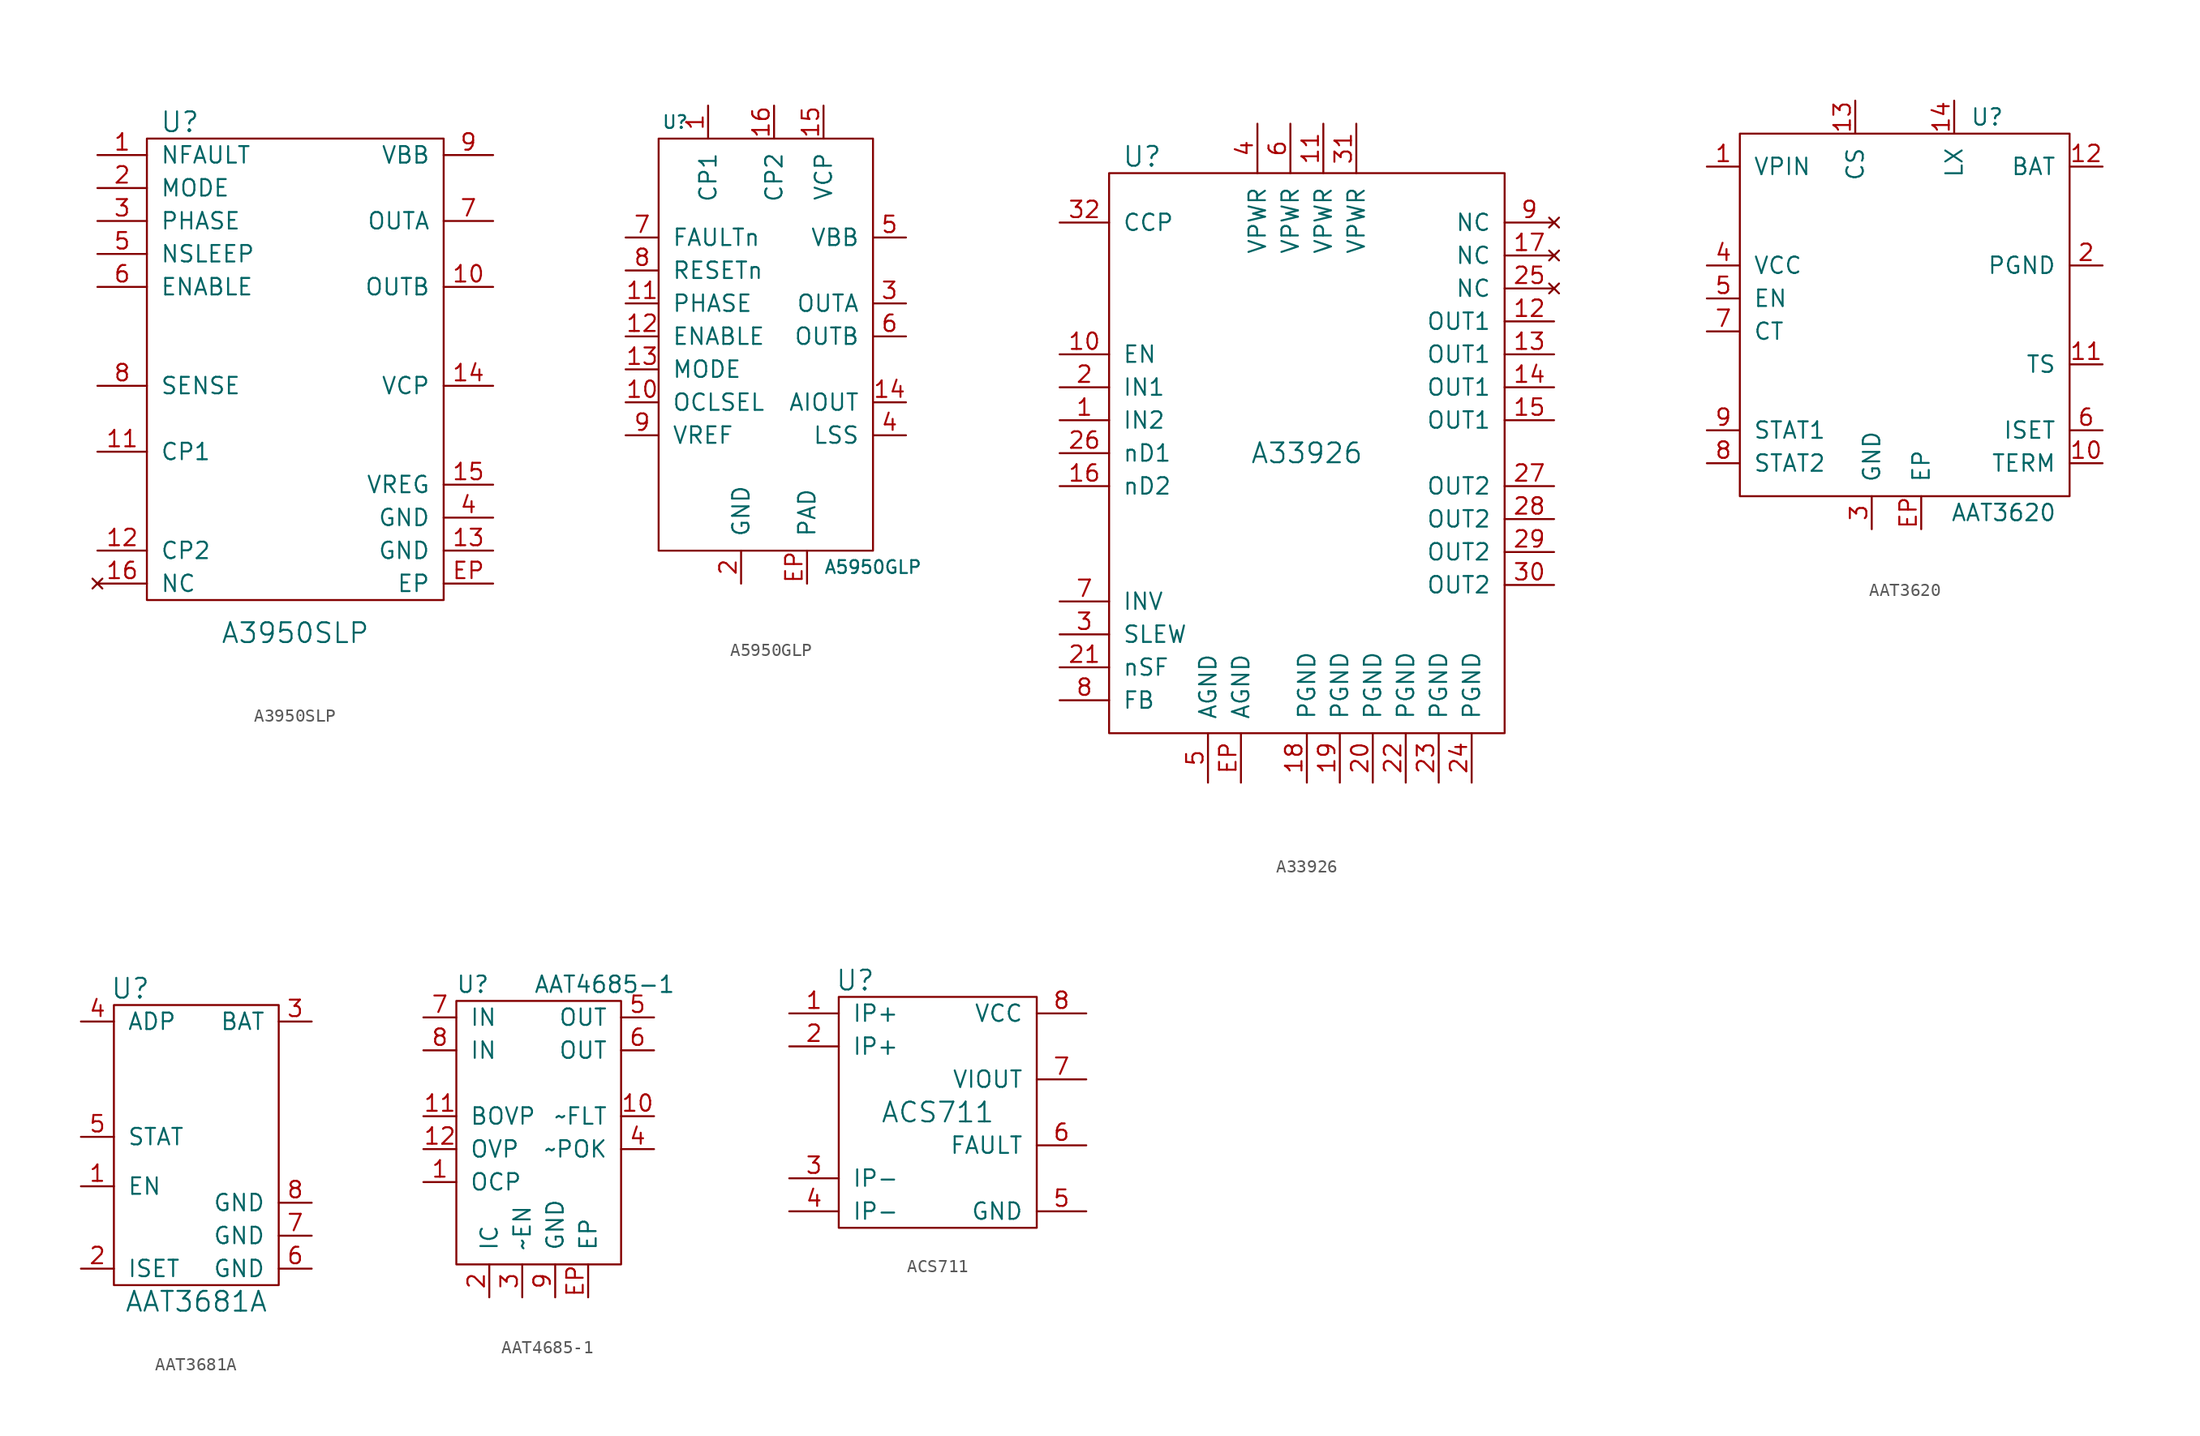
<source format=kicad_sym>
(kicad_symbol_lib
  (version 20210619)
  (generator kicad_symbol_editor)
  (symbol "tinkerforge:A3950SLP"
    (pin_names
      (offset 1.016))
    (property "Reference" "U"
      (at -8.89 19.05 0)
      (effects (font (size 1.524 1.524))))
    (property "Value" "A3950SLP"
      (at 0 -20.32 0)
      (effects (font (size 1.524 1.524))))
    (property "Footprint" ""
      (at 0 0 0)
      (effects (font (size 1.524 1.524))))
    (property "Datasheet" ""
      (at 0 0 0)
      (effects (font (size 1.524 1.524))))
    (symbol "A3950SLP_0_1"
      (rectangle (start -11.43 17.78) (end 11.43 -17.78) (stroke (width 0)) (fill (type none))))
    (symbol "A3950SLP_1_1"
      (pin passive line (at -15.24 16.51 0) (length 3.81) (name "NFAULT" (effects (font (size 1.27 1.27)))) (number "1" (effects (font (size 1.27 1.27)))))
      (pin passive line (at 15.24 6.35 180) (length 3.81) (name "OUTB" (effects (font (size 1.27 1.27)))) (number "10" (effects (font (size 1.27 1.27)))))
      (pin passive line (at -15.24 -6.35 0) (length 3.81) (name "CP1" (effects (font (size 1.27 1.27)))) (number "11" (effects (font (size 1.27 1.27)))))
      (pin passive line (at -15.24 -13.97 0) (length 3.81) (name "CP2" (effects (font (size 1.27 1.27)))) (number "12" (effects (font (size 1.27 1.27)))))
      (pin passive line (at 15.24 -13.97 180) (length 3.81) (name "GND" (effects (font (size 1.27 1.27)))) (number "13" (effects (font (size 1.27 1.27)))))
      (pin passive line (at 15.24 -1.27 180) (length 3.81) (name "VCP" (effects (font (size 1.27 1.27)))) (number "14" (effects (font (size 1.27 1.27)))))
      (pin passive line (at 15.24 -8.89 180) (length 3.81) (name "VREG" (effects (font (size 1.27 1.27)))) (number "15" (effects (font (size 1.27 1.27)))))
      (pin no_connect line (at -15.24 -16.51 0) (length 3.81) (name "NC" (effects (font (size 1.27 1.27)))) (number "16" (effects (font (size 1.27 1.27)))))
      (pin passive line (at -15.24 13.97 0) (length 3.81) (name "MODE" (effects (font (size 1.27 1.27)))) (number "2" (effects (font (size 1.27 1.27)))))
      (pin passive line (at -15.24 11.43 0) (length 3.81) (name "PHASE" (effects (font (size 1.27 1.27)))) (number "3" (effects (font (size 1.27 1.27)))))
      (pin passive line (at 15.24 -11.43 180) (length 3.81) (name "GND" (effects (font (size 1.27 1.27)))) (number "4" (effects (font (size 1.27 1.27)))))
      (pin passive line (at -15.24 8.89 0) (length 3.81) (name "NSLEEP" (effects (font (size 1.27 1.27)))) (number "5" (effects (font (size 1.27 1.27)))))
      (pin passive line (at -15.24 6.35 0) (length 3.81) (name "ENABLE" (effects (font (size 1.27 1.27)))) (number "6" (effects (font (size 1.27 1.27)))))
      (pin passive line (at 15.24 11.43 180) (length 3.81) (name "OUTA" (effects (font (size 1.27 1.27)))) (number "7" (effects (font (size 1.27 1.27)))))
      (pin passive line (at -15.24 -1.27 0) (length 3.81) (name "SENSE" (effects (font (size 1.27 1.27)))) (number "8" (effects (font (size 1.27 1.27)))))
      (pin passive line (at 15.24 16.51 180) (length 3.81) (name "VBB" (effects (font (size 1.27 1.27)))) (number "9" (effects (font (size 1.27 1.27)))))
      (pin passive line (at 15.24 -16.51 180) (length 3.81) (name "EP" (effects (font (size 1.27 1.27)))) (number "EP" (effects (font (size 1.27 1.27)))))))
  (symbol "tinkerforge:A5950GLP"
    (pin_names
      (offset 1.016))
    (property "Reference" "U"
      (at -7.62 20.32 0)
      (effects (font (size 0.991 0.991))))
    (property "Value" "A5950GLP"
      (at 7.62 -13.97 0)
      (effects (font (size 0.991 0.991))))
    (symbol "A5950GLP_0_1"
      (rectangle (start -8.89 19.05) (end 7.62 -12.7) (stroke (width 0)) (fill (type none))))
    (symbol "A5950GLP_1_1"
      (pin passive line (at -5.08 21.59 270) (length 2.54) (name "CP1" (effects (font (size 1.27 1.27)))) (number "1" (effects (font (size 1.27 1.27)))))
      (pin passive line (at -11.43 -1.27 0) (length 2.54) (name "OCLSEL" (effects (font (size 1.27 1.27)))) (number "10" (effects (font (size 1.27 1.27)))))
      (pin passive line (at -11.43 6.35 0) (length 2.54) (name "PHASE" (effects (font (size 1.27 1.27)))) (number "11" (effects (font (size 1.27 1.27)))))
      (pin passive line (at -11.43 3.81 0) (length 2.54) (name "ENABLE" (effects (font (size 1.27 1.27)))) (number "12" (effects (font (size 1.27 1.27)))))
      (pin passive line (at -11.43 1.27 0) (length 2.54) (name "MODE" (effects (font (size 1.27 1.27)))) (number "13" (effects (font (size 1.27 1.27)))))
      (pin passive line (at 10.16 -1.27 180) (length 2.54) (name "AIOUT" (effects (font (size 1.27 1.27)))) (number "14" (effects (font (size 1.27 1.27)))))
      (pin passive line (at 3.81 21.59 270) (length 2.54) (name "VCP" (effects (font (size 1.27 1.27)))) (number "15" (effects (font (size 1.27 1.27)))))
      (pin passive line (at 0 21.59 270) (length 2.54) (name "CP2" (effects (font (size 1.27 1.27)))) (number "16" (effects (font (size 1.27 1.27)))))
      (pin passive line (at -2.54 -15.24 90) (length 2.54) (name "GND" (effects (font (size 1.27 1.27)))) (number "2" (effects (font (size 1.27 1.27)))))
      (pin passive line (at 10.16 6.35 180) (length 2.54) (name "OUTA" (effects (font (size 1.27 1.27)))) (number "3" (effects (font (size 1.27 1.27)))))
      (pin passive line (at 10.16 -3.81 180) (length 2.54) (name "LSS" (effects (font (size 1.27 1.27)))) (number "4" (effects (font (size 1.27 1.27)))))
      (pin passive line (at 10.16 11.43 180) (length 2.54) (name "VBB" (effects (font (size 1.27 1.27)))) (number "5" (effects (font (size 1.27 1.27)))))
      (pin passive line (at 10.16 3.81 180) (length 2.54) (name "OUTB" (effects (font (size 1.27 1.27)))) (number "6" (effects (font (size 1.27 1.27)))))
      (pin passive line (at -11.43 11.43 0) (length 2.54) (name "FAULTn" (effects (font (size 1.27 1.27)))) (number "7" (effects (font (size 1.27 1.27)))))
      (pin passive line (at -11.43 8.89 0) (length 2.54) (name "RESETn" (effects (font (size 1.27 1.27)))) (number "8" (effects (font (size 1.27 1.27)))))
      (pin passive line (at -11.43 -3.81 0) (length 2.54) (name "VREF" (effects (font (size 1.27 1.27)))) (number "9" (effects (font (size 1.27 1.27)))))
      (pin passive line (at 2.54 -15.24 90) (length 2.54) (name "PAD" (effects (font (size 1.27 1.27)))) (number "EP" (effects (font (size 1.27 1.27)))))))
  (symbol "tinkerforge:A33926"
    (pin_names
      (offset 1.016))
    (property "Reference" "U"
      (at -12.7 22.86 0)
      (effects (font (size 1.524 1.524))))
    (property "Value" "A33926"
      (at 0 0 0)
      (effects (font (size 1.524 1.524))))
    (property "Footprint" ""
      (at 0 0 0)
      (effects (font (size 1.524 1.524))))
    (property "Datasheet" ""
      (at 0 0 0)
      (effects (font (size 1.524 1.524))))
    (symbol "A33926_0_1"
      (rectangle (start -15.24 21.59) (end 15.24 -21.59) (stroke (width 0)) (fill (type none))))
    (symbol "A33926_1_1"
      (pin passive line (at -19.05 2.54 0) (length 3.81) (name "IN2" (effects (font (size 1.27 1.27)))) (number "1" (effects (font (size 1.27 1.27)))))
      (pin passive line (at -19.05 7.62 0) (length 3.81) (name "EN" (effects (font (size 1.27 1.27)))) (number "10" (effects (font (size 1.27 1.27)))))
      (pin passive line (at 1.27 25.4 270) (length 3.81) (name "VPWR" (effects (font (size 1.27 1.27)))) (number "11" (effects (font (size 1.27 1.27)))))
      (pin passive line (at 19.05 10.16 180) (length 3.81) (name "OUT1" (effects (font (size 1.27 1.27)))) (number "12" (effects (font (size 1.27 1.27)))))
      (pin passive line (at 19.05 7.62 180) (length 3.81) (name "OUT1" (effects (font (size 1.27 1.27)))) (number "13" (effects (font (size 1.27 1.27)))))
      (pin passive line (at 19.05 5.08 180) (length 3.81) (name "OUT1" (effects (font (size 1.27 1.27)))) (number "14" (effects (font (size 1.27 1.27)))))
      (pin passive line (at 19.05 2.54 180) (length 3.81) (name "OUT1" (effects (font (size 1.27 1.27)))) (number "15" (effects (font (size 1.27 1.27)))))
      (pin passive line (at -19.05 -2.54 0) (length 3.81) (name "nD2" (effects (font (size 1.27 1.27)))) (number "16" (effects (font (size 1.27 1.27)))))
      (pin no_connect line (at 19.05 15.24 180) (length 3.81) (name "NC" (effects (font (size 1.27 1.27)))) (number "17" (effects (font (size 1.27 1.27)))))
      (pin passive line (at 0 -25.4 90) (length 3.81) (name "PGND" (effects (font (size 1.27 1.27)))) (number "18" (effects (font (size 1.27 1.27)))))
      (pin passive line (at 2.54 -25.4 90) (length 3.81) (name "PGND" (effects (font (size 1.27 1.27)))) (number "19" (effects (font (size 1.27 1.27)))))
      (pin passive line (at -19.05 5.08 0) (length 3.81) (name "IN1" (effects (font (size 1.27 1.27)))) (number "2" (effects (font (size 1.27 1.27)))))
      (pin passive line (at 5.08 -25.4 90) (length 3.81) (name "PGND" (effects (font (size 1.27 1.27)))) (number "20" (effects (font (size 1.27 1.27)))))
      (pin passive line (at -19.05 -16.51 0) (length 3.81) (name "nSF" (effects (font (size 1.27 1.27)))) (number "21" (effects (font (size 1.27 1.27)))))
      (pin passive line (at 7.62 -25.4 90) (length 3.81) (name "PGND" (effects (font (size 1.27 1.27)))) (number "22" (effects (font (size 1.27 1.27)))))
      (pin passive line (at 10.16 -25.4 90) (length 3.81) (name "PGND" (effects (font (size 1.27 1.27)))) (number "23" (effects (font (size 1.27 1.27)))))
      (pin passive line (at 12.7 -25.4 90) (length 3.81) (name "PGND" (effects (font (size 1.27 1.27)))) (number "24" (effects (font (size 1.27 1.27)))))
      (pin no_connect line (at 19.05 12.7 180) (length 3.81) (name "NC" (effects (font (size 1.27 1.27)))) (number "25" (effects (font (size 1.27 1.27)))))
      (pin passive line (at -19.05 0 0) (length 3.81) (name "nD1" (effects (font (size 1.27 1.27)))) (number "26" (effects (font (size 1.27 1.27)))))
      (pin passive line (at 19.05 -2.54 180) (length 3.81) (name "OUT2" (effects (font (size 1.27 1.27)))) (number "27" (effects (font (size 1.27 1.27)))))
      (pin passive line (at 19.05 -5.08 180) (length 3.81) (name "OUT2" (effects (font (size 1.27 1.27)))) (number "28" (effects (font (size 1.27 1.27)))))
      (pin passive line (at 19.05 -7.62 180) (length 3.81) (name "OUT2" (effects (font (size 1.27 1.27)))) (number "29" (effects (font (size 1.27 1.27)))))
      (pin passive line (at -19.05 -13.97 0) (length 3.81) (name "SLEW" (effects (font (size 1.27 1.27)))) (number "3" (effects (font (size 1.27 1.27)))))
      (pin passive line (at 19.05 -10.16 180) (length 3.81) (name "OUT2" (effects (font (size 1.27 1.27)))) (number "30" (effects (font (size 1.27 1.27)))))
      (pin passive line (at 3.81 25.4 270) (length 3.81) (name "VPWR" (effects (font (size 1.27 1.27)))) (number "31" (effects (font (size 1.27 1.27)))))
      (pin passive line (at -19.05 17.78 0) (length 3.81) (name "CCP" (effects (font (size 1.27 1.27)))) (number "32" (effects (font (size 1.27 1.27)))))
      (pin passive line (at -3.81 25.4 270) (length 3.81) (name "VPWR" (effects (font (size 1.27 1.27)))) (number "4" (effects (font (size 1.27 1.27)))))
      (pin passive line (at -7.62 -25.4 90) (length 3.81) (name "AGND" (effects (font (size 1.27 1.27)))) (number "5" (effects (font (size 1.27 1.27)))))
      (pin passive line (at -1.27 25.4 270) (length 3.81) (name "VPWR" (effects (font (size 1.27 1.27)))) (number "6" (effects (font (size 1.27 1.27)))))
      (pin passive line (at -19.05 -11.43 0) (length 3.81) (name "INV" (effects (font (size 1.27 1.27)))) (number "7" (effects (font (size 1.27 1.27)))))
      (pin passive line (at -19.05 -19.05 0) (length 3.81) (name "FB" (effects (font (size 1.27 1.27)))) (number "8" (effects (font (size 1.27 1.27)))))
      (pin no_connect line (at 19.05 17.78 180) (length 3.81) (name "NC" (effects (font (size 1.27 1.27)))) (number "9" (effects (font (size 1.27 1.27)))))
      (pin passive line (at -5.08 -25.4 90) (length 3.81) (name "AGND" (effects (font (size 1.27 1.27)))) (number "EP" (effects (font (size 1.27 1.27)))))))
  (symbol "tinkerforge:AAT3620"
    (pin_names
      (offset 1.016))
    (property "Reference" "U"
      (at 6.35 15.24 0)
      (effects (font (size 1.27 1.27))))
    (property "Value" "AAT3620"
      (at 7.62 -15.24 0)
      (effects (font (size 1.27 1.27))))
    (symbol "AAT3620_0_1"
      (rectangle (start -12.7 13.97) (end 12.7 -13.97) (stroke (width 0)) (fill (type none))))
    (symbol "AAT3620_1_1"
      (pin passive line (at -15.24 11.43 0) (length 2.54) (name "VPIN" (effects (font (size 1.27 1.27)))) (number "1" (effects (font (size 1.27 1.27)))))
      (pin passive line (at 15.24 -11.43 180) (length 2.54) (name "TERM" (effects (font (size 1.27 1.27)))) (number "10" (effects (font (size 1.27 1.27)))))
      (pin passive line (at 15.24 -3.81 180) (length 2.54) (name "TS" (effects (font (size 1.27 1.27)))) (number "11" (effects (font (size 1.27 1.27)))))
      (pin passive line (at 15.24 11.43 180) (length 2.54) (name "BAT" (effects (font (size 1.27 1.27)))) (number "12" (effects (font (size 1.27 1.27)))))
      (pin passive line (at -3.81 16.51 270) (length 2.54) (name "CS" (effects (font (size 1.27 1.27)))) (number "13" (effects (font (size 1.27 1.27)))))
      (pin passive line (at 3.81 16.51 270) (length 2.54) (name "LX" (effects (font (size 1.27 1.27)))) (number "14" (effects (font (size 1.27 1.27)))))
      (pin passive line (at 15.24 3.81 180) (length 2.54) (name "PGND" (effects (font (size 1.27 1.27)))) (number "2" (effects (font (size 1.27 1.27)))))
      (pin passive line (at -2.54 -16.51 90) (length 2.54) (name "GND" (effects (font (size 1.27 1.27)))) (number "3" (effects (font (size 1.27 1.27)))))
      (pin passive line (at -15.24 3.81 0) (length 2.54) (name "VCC" (effects (font (size 1.27 1.27)))) (number "4" (effects (font (size 1.27 1.27)))))
      (pin passive line (at -15.24 1.27 0) (length 2.54) (name "EN" (effects (font (size 1.27 1.27)))) (number "5" (effects (font (size 1.27 1.27)))))
      (pin passive line (at 15.24 -8.89 180) (length 2.54) (name "ISET" (effects (font (size 1.27 1.27)))) (number "6" (effects (font (size 1.27 1.27)))))
      (pin passive line (at -15.24 -1.27 0) (length 2.54) (name "CT" (effects (font (size 1.27 1.27)))) (number "7" (effects (font (size 1.27 1.27)))))
      (pin passive line (at -15.24 -11.43 0) (length 2.54) (name "STAT2" (effects (font (size 1.27 1.27)))) (number "8" (effects (font (size 1.27 1.27)))))
      (pin passive line (at -15.24 -8.89 0) (length 2.54) (name "STAT1" (effects (font (size 1.27 1.27)))) (number "9" (effects (font (size 1.27 1.27)))))
      (pin input line (at 1.27 -16.51 90) (length 2.54) (name "EP" (effects (font (size 1.27 1.27)))) (number "EP" (effects (font (size 1.27 1.27)))))))
  (symbol "tinkerforge:AAT3681A"
    (pin_names
      (offset 1.016))
    (property "Reference" "U"
      (at -5.08 11.43 0)
      (effects (font (size 1.524 1.524))))
    (property "Value" "AAT3681A"
      (at 0 -12.7 0)
      (effects (font (size 1.524 1.524))))
    (property "Footprint" ""
      (at 0 0 0)
      (effects (font (size 1.524 1.524))))
    (property "Datasheet" ""
      (at 0 0 0)
      (effects (font (size 1.524 1.524))))
    (symbol "AAT3681A_0_1"
      (rectangle (start -6.35 10.16) (end 6.35 -11.43) (stroke (width 0)) (fill (type none))))
    (symbol "AAT3681A_1_1"
      (pin passive line (at -8.89 -3.81 0) (length 2.54) (name "EN" (effects (font (size 1.27 1.27)))) (number "1" (effects (font (size 1.27 1.27)))))
      (pin passive line (at -8.89 -10.16 0) (length 2.54) (name "ISET" (effects (font (size 1.27 1.27)))) (number "2" (effects (font (size 1.27 1.27)))))
      (pin passive line (at 8.89 8.89 180) (length 2.54) (name "BAT" (effects (font (size 1.27 1.27)))) (number "3" (effects (font (size 1.27 1.27)))))
      (pin input line (at -8.89 8.89 0) (length 2.54) (name "ADP" (effects (font (size 1.27 1.27)))) (number "4" (effects (font (size 1.27 1.27)))))
      (pin passive line (at -8.89 0 0) (length 2.54) (name "STAT" (effects (font (size 1.27 1.27)))) (number "5" (effects (font (size 1.27 1.27)))))
      (pin passive line (at 8.89 -10.16 180) (length 2.54) (name "GND" (effects (font (size 1.27 1.27)))) (number "6" (effects (font (size 1.27 1.27)))))
      (pin passive line (at 8.89 -7.62 180) (length 2.54) (name "GND" (effects (font (size 1.27 1.27)))) (number "7" (effects (font (size 1.27 1.27)))))
      (pin passive line (at 8.89 -5.08 180) (length 2.54) (name "GND" (effects (font (size 1.27 1.27)))) (number "8" (effects (font (size 1.27 1.27)))))))
  (symbol "tinkerforge:AAT4685-1"
    (pin_names
      (offset 1.016))
    (property "Reference" "U"
      (at -5.08 11.43 0)
      (effects (font (size 1.27 1.27))))
    (property "Value" "AAT4685-1"
      (at 5.08 11.43 0)
      (effects (font (size 1.27 1.27))))
    (symbol "AAT4685-1_0_1"
      (rectangle (start -6.35 10.16) (end 6.35 -10.16) (stroke (width 0)) (fill (type none))))
    (symbol "AAT4685-1_1_1"
      (pin passive line (at -8.89 -3.81 0) (length 2.54) (name "OCP" (effects (font (size 1.27 1.27)))) (number "1" (effects (font (size 1.27 1.27)))))
      (pin passive line (at 8.89 1.27 180) (length 2.54) (name "~FLT" (effects (font (size 1.27 1.27)))) (number "10" (effects (font (size 1.27 1.27)))))
      (pin passive line (at -8.89 1.27 0) (length 2.54) (name "BOVP" (effects (font (size 1.27 1.27)))) (number "11" (effects (font (size 1.27 1.27)))))
      (pin passive line (at -8.89 -1.27 0) (length 2.54) (name "OVP" (effects (font (size 1.27 1.27)))) (number "12" (effects (font (size 1.27 1.27)))))
      (pin passive line (at -3.81 -12.7 90) (length 2.54) (name "IC" (effects (font (size 1.27 1.27)))) (number "2" (effects (font (size 1.27 1.27)))))
      (pin passive line (at -1.27 -12.7 90) (length 2.54) (name "~EN" (effects (font (size 1.27 1.27)))) (number "3" (effects (font (size 1.27 1.27)))))
      (pin passive line (at 8.89 -1.27 180) (length 2.54) (name "~POK" (effects (font (size 1.27 1.27)))) (number "4" (effects (font (size 1.27 1.27)))))
      (pin passive line (at 8.89 8.89 180) (length 2.54) (name "OUT" (effects (font (size 1.27 1.27)))) (number "5" (effects (font (size 1.27 1.27)))))
      (pin passive line (at 8.89 6.35 180) (length 2.54) (name "OUT" (effects (font (size 1.27 1.27)))) (number "6" (effects (font (size 1.27 1.27)))))
      (pin passive line (at -8.89 8.89 0) (length 2.54) (name "IN" (effects (font (size 1.27 1.27)))) (number "7" (effects (font (size 1.27 1.27)))))
      (pin passive line (at -8.89 6.35 0) (length 2.54) (name "IN" (effects (font (size 1.27 1.27)))) (number "8" (effects (font (size 1.27 1.27)))))
      (pin passive line (at 1.27 -12.7 90) (length 2.54) (name "GND" (effects (font (size 1.27 1.27)))) (number "9" (effects (font (size 1.27 1.27)))))
      (pin passive line (at 3.81 -12.7 90) (length 2.54) (name "EP" (effects (font (size 1.27 1.27)))) (number "EP" (effects (font (size 1.27 1.27)))))))
  (symbol "tinkerforge:ACS711"
    (pin_names
      (offset 1.016))
    (property "Reference" "U"
      (at -6.35 10.16 0)
      (effects (font (size 1.524 1.524))))
    (property "Value" "ACS711"
      (at 0 0 0)
      (effects (font (size 1.524 1.524))))
    (property "Footprint" ""
      (at 0 0 0)
      (effects (font (size 1.524 1.524))))
    (property "Datasheet" ""
      (at 0 0 0)
      (effects (font (size 1.524 1.524))))
    (symbol "ACS711_0_1"
      (rectangle (start -7.62 8.89) (end 7.62 -8.89) (stroke (width 0)) (fill (type none))))
    (symbol "ACS711_1_1"
      (pin passive line (at -11.43 7.62 0) (length 3.81) (name "IP+" (effects (font (size 1.27 1.27)))) (number "1" (effects (font (size 1.27 1.27)))))
      (pin passive line (at -11.43 5.08 0) (length 3.81) (name "IP+" (effects (font (size 1.27 1.27)))) (number "2" (effects (font (size 1.27 1.27)))))
      (pin passive line (at -11.43 -5.08 0) (length 3.81) (name "IP-" (effects (font (size 1.27 1.27)))) (number "3" (effects (font (size 1.27 1.27)))))
      (pin passive line (at -11.43 -7.62 0) (length 3.81) (name "IP-" (effects (font (size 1.27 1.27)))) (number "4" (effects (font (size 1.27 1.27)))))
      (pin passive line (at 11.43 -7.62 180) (length 3.81) (name "GND" (effects (font (size 1.27 1.27)))) (number "5" (effects (font (size 1.27 1.27)))))
      (pin passive line (at 11.43 -2.54 180) (length 3.81) (name "FAULT" (effects (font (size 1.27 1.27)))) (number "6" (effects (font (size 1.27 1.27)))))
      (pin passive line (at 11.43 2.54 180) (length 3.81) (name "VIOUT" (effects (font (size 1.27 1.27)))) (number "7" (effects (font (size 1.27 1.27)))))
      (pin passive line (at 11.43 7.62 180) (length 3.81) (name "VCC" (effects (font (size 1.27 1.27)))) (number "8" (effects (font (size 1.27 1.27))))))))
</source>
